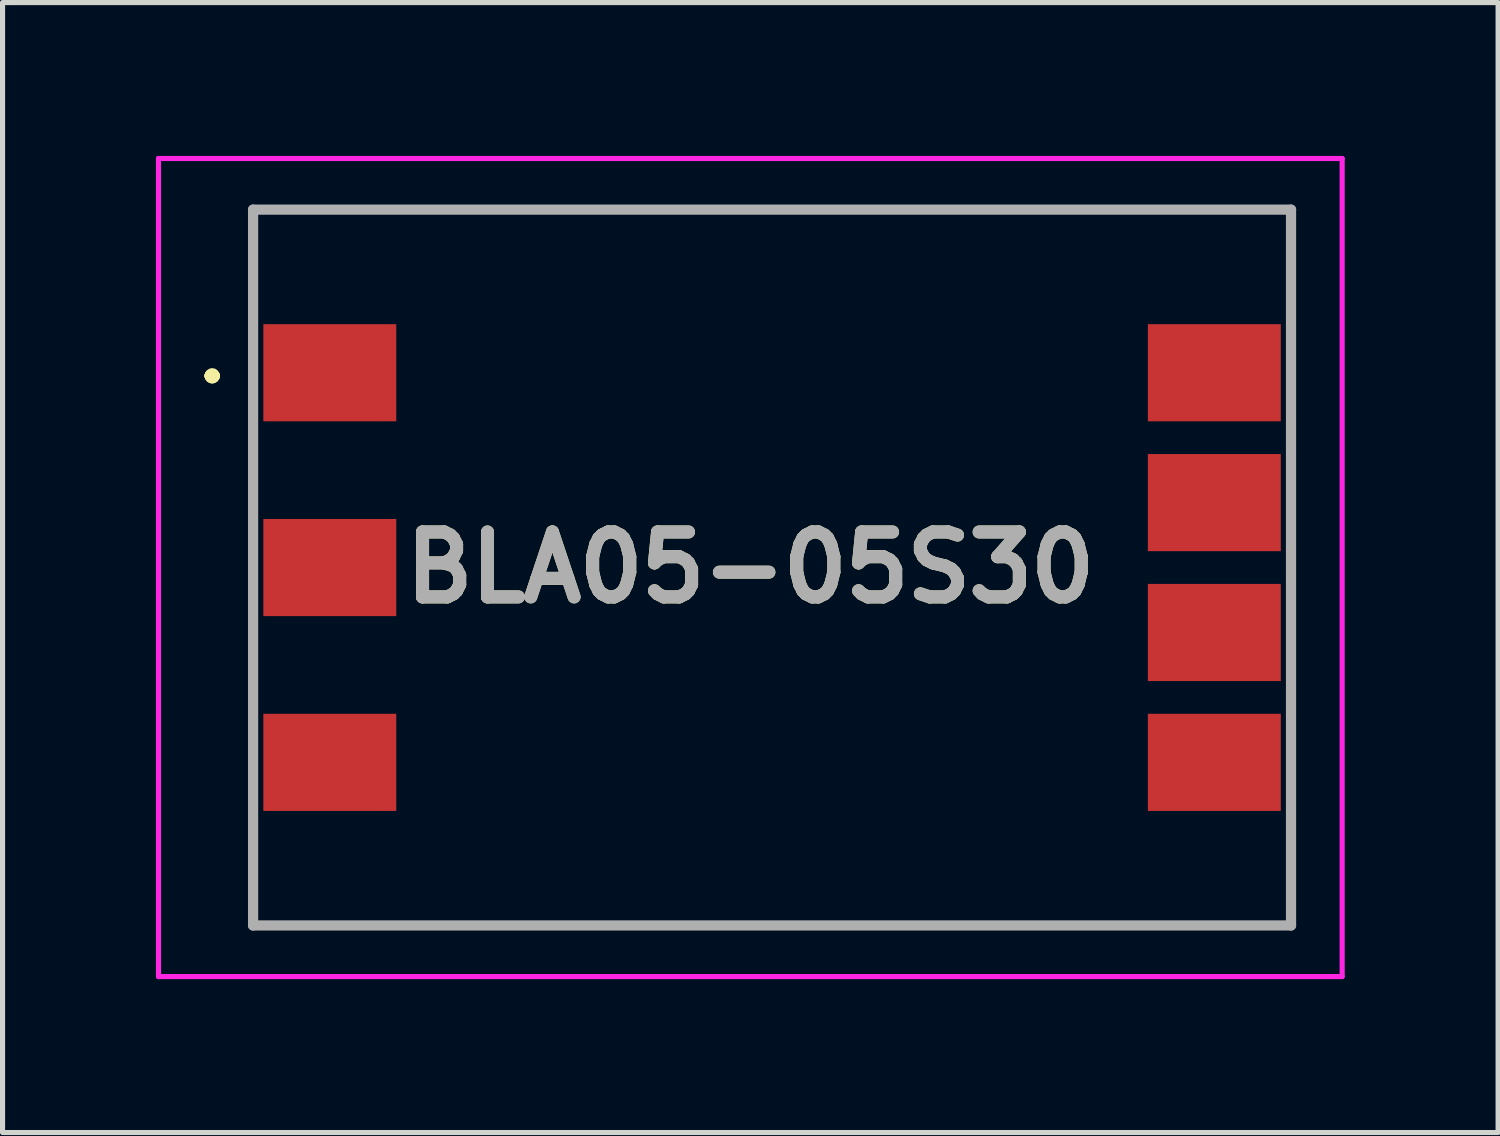
<source format=kicad_pcb>
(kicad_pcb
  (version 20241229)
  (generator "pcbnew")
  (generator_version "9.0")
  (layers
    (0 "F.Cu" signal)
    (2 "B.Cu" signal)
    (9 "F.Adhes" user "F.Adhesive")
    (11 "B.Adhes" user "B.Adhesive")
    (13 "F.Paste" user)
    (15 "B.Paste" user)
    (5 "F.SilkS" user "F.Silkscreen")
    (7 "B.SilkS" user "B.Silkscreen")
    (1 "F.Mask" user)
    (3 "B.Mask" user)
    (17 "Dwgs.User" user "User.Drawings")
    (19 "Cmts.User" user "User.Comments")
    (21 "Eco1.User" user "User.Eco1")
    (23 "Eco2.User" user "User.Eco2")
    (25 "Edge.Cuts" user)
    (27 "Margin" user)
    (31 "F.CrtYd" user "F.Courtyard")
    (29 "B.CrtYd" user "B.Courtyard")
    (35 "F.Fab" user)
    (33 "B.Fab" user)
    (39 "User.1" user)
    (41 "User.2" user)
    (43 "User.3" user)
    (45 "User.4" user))
  (footprint "BLA05-05S30"
    (layer "F.Cu")
    (at 12.05 8.05)
    (property "Reference" "BLA05-05S30" (at -0.425 0 0) (layer "F.SilkS") (effects (font (size 1.27 1.27) (thickness 0.254))))
    (attr smd)
    (fp_line (start -11 -3.75) (end -11 -3.75) (stroke (width 0.2) (type solid)) (layer "F.SilkS"))
    (fp_line (start -11 -3.75) (end -11 -3.75) (stroke (width 0.2) (type solid)) (layer "F.SilkS"))
    (fp_line (start -10.9 -3.75) (end -10.9 -3.75) (stroke (width 0.2) (type solid)) (layer "F.SilkS"))
    (fp_line (start -10.15 -7) (end -10.15 -7) (stroke (width 0.1) (type solid)) (layer "F.SilkS"))
    (fp_line (start -10.15 -7) (end 10.15 -7) (stroke (width 0.1) (type solid)) (layer "F.SilkS"))
    (fp_line (start -10.15 7) (end -10.15 7) (stroke (width 0.1) (type solid)) (layer "F.SilkS"))
    (fp_line (start -10.15 7) (end 10.15 7) (stroke (width 0.1) (type solid)) (layer "F.SilkS"))
    (fp_line (start 10.15 -7) (end -10.15 -7) (stroke (width 0.1) (type solid)) (layer "F.SilkS"))
    (fp_line (start 10.15 -7) (end 10.15 -7) (stroke (width 0.1) (type solid)) (layer "F.SilkS"))
    (fp_line (start 10.15 7) (end -10.15 7) (stroke (width 0.1) (type solid)) (layer "F.SilkS"))
    (fp_line (start 10.15 7) (end 10.15 7) (stroke (width 0.1) (type solid)) (layer "F.SilkS"))
    (fp_arc (start -11 -3.75) (mid -10.95 -3.8) (end -10.9 -3.75) (stroke (width 0.2) (type solid)) (layer "F.SilkS"))
    (fp_arc (start -10.9 -3.75) (mid -10.95 -3.7) (end -11 -3.75) (stroke (width 0.2) (type solid)) (layer "F.SilkS"))
    (fp_arc (start -10.9 -3.75) (mid -10.95 -3.7) (end -11 -3.75) (stroke (width 0.2) (type solid)) (layer "F.SilkS"))
    (fp_line (start -12 -8) (end 11.15 -8) (stroke (width 0.1) (type solid)) (layer "F.CrtYd"))
    (fp_line (start -12 8) (end -12 -8) (stroke (width 0.1) (type solid)) (layer "F.CrtYd"))
    (fp_line (start 11.15 -8) (end 11.15 8) (stroke (width 0.1) (type solid)) (layer "F.CrtYd"))
    (fp_line (start 11.15 8) (end -12 8) (stroke (width 0.1) (type solid)) (layer "F.CrtYd"))
    (fp_line (start -10.15 -7) (end -10.15 7) (stroke (width 0.2) (type solid)) (layer "F.Fab"))
    (fp_line (start -10.15 7) (end 10.15 7) (stroke (width 0.2) (type solid)) (layer "F.Fab"))
    (fp_line (start 10.15 -7) (end -10.15 -7) (stroke (width 0.2) (type solid)) (layer "F.Fab"))
    (fp_line (start 10.15 7) (end 10.15 -7) (stroke (width 0.2) (type solid)) (layer "F.Fab"))
    (fp_text user "${REFERENCE}" (at -0.425 0 0) (layer "F.Fab") (effects (font (size 1.27 1.27) (thickness 0.254))))
    (pad "1" smd rect (at -8.65 -3.81 90) (size 1.9 2.6) (layers "F.Cu" "F.Mask" "F.Paste"))
    (pad "2" smd rect (at -8.65 0 90) (size 1.9 2.6) (layers "F.Cu" "F.Mask" "F.Paste"))
    (pad "3" smd rect (at -8.65 3.81 90) (size 1.9 2.6) (layers "F.Cu" "F.Mask" "F.Paste"))
    (pad "4" smd rect (at 8.65 3.81 90) (size 1.9 2.6) (layers "F.Cu" "F.Mask" "F.Paste"))
    (pad "5" smd rect (at 8.65 1.27 90) (size 1.9 2.6) (layers "F.Cu" "F.Mask" "F.Paste"))
    (pad "6" smd rect (at 8.65 -1.27 90) (size 1.9 2.6) (layers "F.Cu" "F.Mask" "F.Paste"))
    (pad "7" smd rect (at 8.65 -3.81 90) (size 1.9 2.6) (layers "F.Cu" "F.Mask" "F.Paste")))
  (gr_rect
    (start -3 -3)
    (end 26.25 19.1)
    (stroke (width 0.1) (type default))
    (fill no)
    (layer "Edge.Cuts")))
</source>
